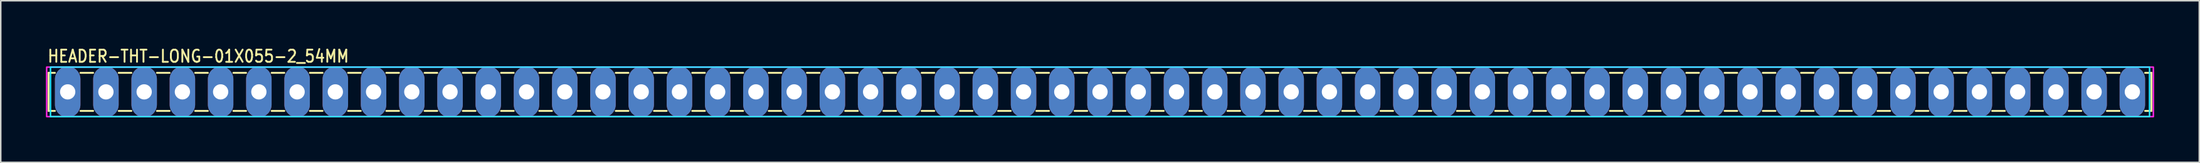
<source format=kicad_pcb>
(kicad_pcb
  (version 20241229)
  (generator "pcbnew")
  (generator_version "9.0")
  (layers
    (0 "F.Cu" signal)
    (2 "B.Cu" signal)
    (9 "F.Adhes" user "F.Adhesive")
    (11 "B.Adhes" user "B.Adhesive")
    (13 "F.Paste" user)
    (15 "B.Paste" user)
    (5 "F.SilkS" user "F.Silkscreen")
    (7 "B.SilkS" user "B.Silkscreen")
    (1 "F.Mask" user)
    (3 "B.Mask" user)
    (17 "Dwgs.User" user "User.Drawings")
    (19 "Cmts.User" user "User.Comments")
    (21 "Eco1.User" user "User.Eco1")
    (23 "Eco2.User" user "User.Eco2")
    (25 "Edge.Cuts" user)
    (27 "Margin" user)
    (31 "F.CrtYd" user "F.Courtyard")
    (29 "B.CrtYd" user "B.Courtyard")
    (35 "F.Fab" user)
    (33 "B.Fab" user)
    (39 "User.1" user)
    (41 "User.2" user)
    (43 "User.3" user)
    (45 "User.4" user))
  (footprint "HEADER-THT-LONG-01X055-2_54MM"
    (layer "F.Cu")
    (at 1.447 3.079)
    (property "Reference" "HEADER-THT-LONG-01X055-2_54MM" (at -1.4 -1.9 0) (unlocked yes) (layer "F.SilkS") (effects (font (size 0.813 0.695) (thickness 0.122)) (justify left bottom)))
    (fp_line (start -1.27 -1.27) (end -1.27 1.27) (stroke (width 0.127) (type solid)) (layer "F.SilkS"))
    (fp_line (start -1.27 1.27) (end -0.85 1.27) (stroke (width 0.127) (type solid)) (layer "F.SilkS"))
    (fp_line (start -0.85 -1.27) (end -1.27 -1.27) (stroke (width 0.127) (type solid)) (layer "F.SilkS"))
    (fp_line (start 0.85 -1.27) (end 1.69 -1.27) (stroke (width 0.127) (type solid)) (layer "F.SilkS"))
    (fp_line (start 0.85 1.27) (end 1.69 1.27) (stroke (width 0.127) (type solid)) (layer "F.SilkS"))
    (fp_line (start 3.39 -1.27) (end 4.23 -1.27) (stroke (width 0.127) (type solid)) (layer "F.SilkS"))
    (fp_line (start 3.39 1.27) (end 4.23 1.27) (stroke (width 0.127) (type solid)) (layer "F.SilkS"))
    (fp_line (start 5.93 -1.27) (end 6.77 -1.27) (stroke (width 0.127) (type solid)) (layer "F.SilkS"))
    (fp_line (start 5.93 1.27) (end 6.77 1.27) (stroke (width 0.127) (type solid)) (layer "F.SilkS"))
    (fp_line (start 8.47 -1.27) (end 9.31 -1.27) (stroke (width 0.127) (type solid)) (layer "F.SilkS"))
    (fp_line (start 8.47 1.27) (end 9.31 1.27) (stroke (width 0.127) (type solid)) (layer "F.SilkS"))
    (fp_line (start 11.01 -1.27) (end 11.85 -1.27) (stroke (width 0.127) (type solid)) (layer "F.SilkS"))
    (fp_line (start 11.01 1.27) (end 11.85 1.27) (stroke (width 0.127) (type solid)) (layer "F.SilkS"))
    (fp_line (start 13.55 -1.27) (end 14.39 -1.27) (stroke (width 0.127) (type solid)) (layer "F.SilkS"))
    (fp_line (start 13.55 1.27) (end 14.39 1.27) (stroke (width 0.127) (type solid)) (layer "F.SilkS"))
    (fp_line (start 16.09 -1.27) (end 16.93 -1.27) (stroke (width 0.127) (type solid)) (layer "F.SilkS"))
    (fp_line (start 16.09 1.27) (end 16.93 1.27) (stroke (width 0.127) (type solid)) (layer "F.SilkS"))
    (fp_line (start 18.63 -1.27) (end 19.47 -1.27) (stroke (width 0.127) (type solid)) (layer "F.SilkS"))
    (fp_line (start 18.63 1.27) (end 19.47 1.27) (stroke (width 0.127) (type solid)) (layer "F.SilkS"))
    (fp_line (start 21.17 -1.27) (end 22.01 -1.27) (stroke (width 0.127) (type solid)) (layer "F.SilkS"))
    (fp_line (start 21.17 1.27) (end 22.01 1.27) (stroke (width 0.127) (type solid)) (layer "F.SilkS"))
    (fp_line (start 23.71 -1.27) (end 24.55 -1.27) (stroke (width 0.127) (type solid)) (layer "F.SilkS"))
    (fp_line (start 23.71 1.27) (end 24.55 1.27) (stroke (width 0.127) (type solid)) (layer "F.SilkS"))
    (fp_line (start 26.25 -1.27) (end 27.09 -1.27) (stroke (width 0.127) (type solid)) (layer "F.SilkS"))
    (fp_line (start 26.25 1.27) (end 27.09 1.27) (stroke (width 0.127) (type solid)) (layer "F.SilkS"))
    (fp_line (start 28.79 -1.27) (end 29.63 -1.27) (stroke (width 0.127) (type solid)) (layer "F.SilkS"))
    (fp_line (start 28.79 1.27) (end 29.63 1.27) (stroke (width 0.127) (type solid)) (layer "F.SilkS"))
    (fp_line (start 31.33 -1.27) (end 32.17 -1.27) (stroke (width 0.127) (type solid)) (layer "F.SilkS"))
    (fp_line (start 31.33 1.27) (end 32.17 1.27) (stroke (width 0.127) (type solid)) (layer "F.SilkS"))
    (fp_line (start 33.87 -1.27) (end 34.71 -1.27) (stroke (width 0.127) (type solid)) (layer "F.SilkS"))
    (fp_line (start 33.87 1.27) (end 34.71 1.27) (stroke (width 0.127) (type solid)) (layer "F.SilkS"))
    (fp_line (start 36.41 -1.27) (end 37.25 -1.27) (stroke (width 0.127) (type solid)) (layer "F.SilkS"))
    (fp_line (start 36.41 1.27) (end 37.25 1.27) (stroke (width 0.127) (type solid)) (layer "F.SilkS"))
    (fp_line (start 38.95 -1.27) (end 39.79 -1.27) (stroke (width 0.127) (type solid)) (layer "F.SilkS"))
    (fp_line (start 38.95 1.27) (end 39.79 1.27) (stroke (width 0.127) (type solid)) (layer "F.SilkS"))
    (fp_line (start 41.49 -1.27) (end 42.33 -1.27) (stroke (width 0.127) (type solid)) (layer "F.SilkS"))
    (fp_line (start 41.49 1.27) (end 42.33 1.27) (stroke (width 0.127) (type solid)) (layer "F.SilkS"))
    (fp_line (start 44.03 -1.27) (end 44.87 -1.27) (stroke (width 0.127) (type solid)) (layer "F.SilkS"))
    (fp_line (start 44.03 1.27) (end 44.87 1.27) (stroke (width 0.127) (type solid)) (layer "F.SilkS"))
    (fp_line (start 46.57 -1.27) (end 47.41 -1.27) (stroke (width 0.127) (type solid)) (layer "F.SilkS"))
    (fp_line (start 46.57 1.27) (end 47.41 1.27) (stroke (width 0.127) (type solid)) (layer "F.SilkS"))
    (fp_line (start 49.11 -1.27) (end 49.95 -1.27) (stroke (width 0.127) (type solid)) (layer "F.SilkS"))
    (fp_line (start 49.11 1.27) (end 49.95 1.27) (stroke (width 0.127) (type solid)) (layer "F.SilkS"))
    (fp_line (start 51.65 -1.27) (end 52.49 -1.27) (stroke (width 0.127) (type solid)) (layer "F.SilkS"))
    (fp_line (start 51.65 1.27) (end 52.49 1.27) (stroke (width 0.127) (type solid)) (layer "F.SilkS"))
    (fp_line (start 54.19 -1.27) (end 55.03 -1.27) (stroke (width 0.127) (type solid)) (layer "F.SilkS"))
    (fp_line (start 54.19 1.27) (end 55.03 1.27) (stroke (width 0.127) (type solid)) (layer "F.SilkS"))
    (fp_line (start 56.73 -1.27) (end 57.57 -1.27) (stroke (width 0.127) (type solid)) (layer "F.SilkS"))
    (fp_line (start 56.73 1.27) (end 57.57 1.27) (stroke (width 0.127) (type solid)) (layer "F.SilkS"))
    (fp_line (start 59.27 -1.27) (end 60.11 -1.27) (stroke (width 0.127) (type solid)) (layer "F.SilkS"))
    (fp_line (start 59.27 1.27) (end 60.11 1.27) (stroke (width 0.127) (type solid)) (layer "F.SilkS"))
    (fp_line (start 61.81 -1.27) (end 62.65 -1.27) (stroke (width 0.127) (type solid)) (layer "F.SilkS"))
    (fp_line (start 61.81 1.27) (end 62.65 1.27) (stroke (width 0.127) (type solid)) (layer "F.SilkS"))
    (fp_line (start 64.35 -1.27) (end 65.19 -1.27) (stroke (width 0.127) (type solid)) (layer "F.SilkS"))
    (fp_line (start 64.35 1.27) (end 65.19 1.27) (stroke (width 0.127) (type solid)) (layer "F.SilkS"))
    (fp_line (start 66.89 -1.27) (end 67.73 -1.27) (stroke (width 0.127) (type solid)) (layer "F.SilkS"))
    (fp_line (start 66.89 1.27) (end 67.73 1.27) (stroke (width 0.127) (type solid)) (layer "F.SilkS"))
    (fp_line (start 69.43 -1.27) (end 70.27 -1.27) (stroke (width 0.127) (type solid)) (layer "F.SilkS"))
    (fp_line (start 69.43 1.27) (end 70.27 1.27) (stroke (width 0.127) (type solid)) (layer "F.SilkS"))
    (fp_line (start 71.97 -1.27) (end 72.81 -1.27) (stroke (width 0.127) (type solid)) (layer "F.SilkS"))
    (fp_line (start 71.97 1.27) (end 72.81 1.27) (stroke (width 0.127) (type solid)) (layer "F.SilkS"))
    (fp_line (start 74.51 -1.27) (end 75.35 -1.27) (stroke (width 0.127) (type solid)) (layer "F.SilkS"))
    (fp_line (start 74.51 1.27) (end 75.35 1.27) (stroke (width 0.127) (type solid)) (layer "F.SilkS"))
    (fp_line (start 77.05 -1.27) (end 77.89 -1.27) (stroke (width 0.127) (type solid)) (layer "F.SilkS"))
    (fp_line (start 77.05 1.27) (end 77.89 1.27) (stroke (width 0.127) (type solid)) (layer "F.SilkS"))
    (fp_line (start 79.59 -1.27) (end 80.43 -1.27) (stroke (width 0.127) (type solid)) (layer "F.SilkS"))
    (fp_line (start 79.59 1.27) (end 80.43 1.27) (stroke (width 0.127) (type solid)) (layer "F.SilkS"))
    (fp_line (start 82.13 -1.27) (end 82.97 -1.27) (stroke (width 0.127) (type solid)) (layer "F.SilkS"))
    (fp_line (start 82.13 1.27) (end 82.97 1.27) (stroke (width 0.127) (type solid)) (layer "F.SilkS"))
    (fp_line (start 84.67 -1.27) (end 85.51 -1.27) (stroke (width 0.127) (type solid)) (layer "F.SilkS"))
    (fp_line (start 84.67 1.27) (end 85.51 1.27) (stroke (width 0.127) (type solid)) (layer "F.SilkS"))
    (fp_line (start 87.21 -1.27) (end 88.05 -1.27) (stroke (width 0.127) (type solid)) (layer "F.SilkS"))
    (fp_line (start 87.21 1.27) (end 88.05 1.27) (stroke (width 0.127) (type solid)) (layer "F.SilkS"))
    (fp_line (start 89.75 -1.27) (end 90.59 -1.27) (stroke (width 0.127) (type solid)) (layer "F.SilkS"))
    (fp_line (start 89.75 1.27) (end 90.59 1.27) (stroke (width 0.127) (type solid)) (layer "F.SilkS"))
    (fp_line (start 92.29 -1.27) (end 93.13 -1.27) (stroke (width 0.127) (type solid)) (layer "F.SilkS"))
    (fp_line (start 92.29 1.27) (end 93.13 1.27) (stroke (width 0.127) (type solid)) (layer "F.SilkS"))
    (fp_line (start 94.83 -1.27) (end 95.67 -1.27) (stroke (width 0.127) (type solid)) (layer "F.SilkS"))
    (fp_line (start 94.83 1.27) (end 95.67 1.27) (stroke (width 0.127) (type solid)) (layer "F.SilkS"))
    (fp_line (start 97.37 -1.27) (end 98.21 -1.27) (stroke (width 0.127) (type solid)) (layer "F.SilkS"))
    (fp_line (start 97.37 1.27) (end 98.21 1.27) (stroke (width 0.127) (type solid)) (layer "F.SilkS"))
    (fp_line (start 99.91 -1.27) (end 100.75 -1.27) (stroke (width 0.127) (type solid)) (layer "F.SilkS"))
    (fp_line (start 99.91 1.27) (end 100.75 1.27) (stroke (width 0.127) (type solid)) (layer "F.SilkS"))
    (fp_line (start 102.45 -1.27) (end 103.29 -1.27) (stroke (width 0.127) (type solid)) (layer "F.SilkS"))
    (fp_line (start 102.45 1.27) (end 103.29 1.27) (stroke (width 0.127) (type solid)) (layer "F.SilkS"))
    (fp_line (start 104.99 -1.27) (end 105.83 -1.27) (stroke (width 0.127) (type solid)) (layer "F.SilkS"))
    (fp_line (start 104.99 1.27) (end 105.83 1.27) (stroke (width 0.127) (type solid)) (layer "F.SilkS"))
    (fp_line (start 107.53 -1.27) (end 108.37 -1.27) (stroke (width 0.127) (type solid)) (layer "F.SilkS"))
    (fp_line (start 107.53 1.27) (end 108.37 1.27) (stroke (width 0.127) (type solid)) (layer "F.SilkS"))
    (fp_line (start 110.07 -1.27) (end 110.91 -1.27) (stroke (width 0.127) (type solid)) (layer "F.SilkS"))
    (fp_line (start 110.07 1.27) (end 110.91 1.27) (stroke (width 0.127) (type solid)) (layer "F.SilkS"))
    (fp_line (start 112.61 -1.27) (end 113.45 -1.27) (stroke (width 0.127) (type solid)) (layer "F.SilkS"))
    (fp_line (start 112.61 1.27) (end 113.45 1.27) (stroke (width 0.127) (type solid)) (layer "F.SilkS"))
    (fp_line (start 115.15 -1.27) (end 115.99 -1.27) (stroke (width 0.127) (type solid)) (layer "F.SilkS"))
    (fp_line (start 115.15 1.27) (end 115.99 1.27) (stroke (width 0.127) (type solid)) (layer "F.SilkS"))
    (fp_line (start 117.69 -1.27) (end 118.53 -1.27) (stroke (width 0.127) (type solid)) (layer "F.SilkS"))
    (fp_line (start 117.69 1.27) (end 118.53 1.27) (stroke (width 0.127) (type solid)) (layer "F.SilkS"))
    (fp_line (start 120.23 -1.27) (end 121.07 -1.27) (stroke (width 0.127) (type solid)) (layer "F.SilkS"))
    (fp_line (start 120.23 1.27) (end 121.07 1.27) (stroke (width 0.127) (type solid)) (layer "F.SilkS"))
    (fp_line (start 122.77 -1.27) (end 123.61 -1.27) (stroke (width 0.127) (type solid)) (layer "F.SilkS"))
    (fp_line (start 122.77 1.27) (end 123.61 1.27) (stroke (width 0.127) (type solid)) (layer "F.SilkS"))
    (fp_line (start 125.31 -1.27) (end 126.15 -1.27) (stroke (width 0.127) (type solid)) (layer "F.SilkS"))
    (fp_line (start 125.31 1.27) (end 126.15 1.27) (stroke (width 0.127) (type solid)) (layer "F.SilkS"))
    (fp_line (start 127.85 -1.27) (end 128.69 -1.27) (stroke (width 0.127) (type solid)) (layer "F.SilkS"))
    (fp_line (start 127.85 1.27) (end 128.69 1.27) (stroke (width 0.127) (type solid)) (layer "F.SilkS"))
    (fp_line (start 130.39 -1.27) (end 131.23 -1.27) (stroke (width 0.127) (type solid)) (layer "F.SilkS"))
    (fp_line (start 130.39 1.27) (end 131.23 1.27) (stroke (width 0.127) (type solid)) (layer "F.SilkS"))
    (fp_line (start 132.93 -1.27) (end 133.77 -1.27) (stroke (width 0.127) (type solid)) (layer "F.SilkS"))
    (fp_line (start 132.93 1.27) (end 133.77 1.27) (stroke (width 0.127) (type solid)) (layer "F.SilkS"))
    (fp_line (start 135.47 -1.27) (end 136.31 -1.27) (stroke (width 0.127) (type solid)) (layer "F.SilkS"))
    (fp_line (start 135.47 1.27) (end 136.31 1.27) (stroke (width 0.127) (type solid)) (layer "F.SilkS"))
    (fp_line (start 138.01 -1.27) (end 138.43 -1.27) (stroke (width 0.127) (type solid)) (layer "F.SilkS"))
    (fp_line (start 138.43 -1.27) (end 138.43 1.27) (stroke (width 0.127) (type solid)) (layer "F.SilkS"))
    (fp_line (start 138.43 1.27) (end 138.01 1.27) (stroke (width 0.127) (type solid)) (layer "F.SilkS"))
    (fp_poly (pts (xy -1.143 -1.651) (xy 138.303 -1.651) (xy 138.303 1.651) (xy -1.143 1.651)) (stroke (width 0.1) (type solid)) (fill no) (layer "B.CrtYd"))
    (fp_poly (pts (xy -1.397 -1.651) (xy 138.557 -1.651) (xy 138.557 1.651) (xy -1.397 1.651)) (stroke (width 0.1) (type solid)) (fill no) (layer "F.CrtYd"))
    (pad "P$1" thru_hole oval (at 0 0 90) (size 3.387 1.693) (drill 1.016) (layers "*.Cu" "*.Mask"))
    (pad "P$2" thru_hole oval (at 2.54 0 90) (size 3.387 1.693) (drill 1.016) (layers "*.Cu" "*.Mask"))
    (pad "P$3" thru_hole oval (at 5.08 0 90) (size 3.387 1.693) (drill 1.016) (layers "*.Cu" "*.Mask"))
    (pad "P$4" thru_hole oval (at 7.62 0 90) (size 3.387 1.693) (drill 1.016) (layers "*.Cu" "*.Mask"))
    (pad "P$5" thru_hole oval (at 10.16 0 90) (size 3.387 1.693) (drill 1.016) (layers "*.Cu" "*.Mask"))
    (pad "P$6" thru_hole oval (at 12.7 0 90) (size 3.387 1.693) (drill 1.016) (layers "*.Cu" "*.Mask"))
    (pad "P$7" thru_hole oval (at 15.24 0 90) (size 3.387 1.693) (drill 1.016) (layers "*.Cu" "*.Mask"))
    (pad "P$8" thru_hole oval (at 17.78 0 90) (size 3.387 1.693) (drill 1.016) (layers "*.Cu" "*.Mask"))
    (pad "P$9" thru_hole oval (at 20.32 0 90) (size 3.387 1.693) (drill 1.016) (layers "*.Cu" "*.Mask"))
    (pad "P$10" thru_hole oval (at 22.86 0 90) (size 3.387 1.693) (drill 1.016) (layers "*.Cu" "*.Mask"))
    (pad "P$11" thru_hole oval (at 25.4 0 90) (size 3.387 1.693) (drill 1.016) (layers "*.Cu" "*.Mask"))
    (pad "P$12" thru_hole oval (at 27.94 0 90) (size 3.387 1.693) (drill 1.016) (layers "*.Cu" "*.Mask"))
    (pad "P$13" thru_hole oval (at 30.48 0 90) (size 3.387 1.693) (drill 1.016) (layers "*.Cu" "*.Mask"))
    (pad "P$14" thru_hole oval (at 33.02 0 90) (size 3.387 1.693) (drill 1.016) (layers "*.Cu" "*.Mask"))
    (pad "P$15" thru_hole oval (at 35.56 0 90) (size 3.387 1.693) (drill 1.016) (layers "*.Cu" "*.Mask"))
    (pad "P$16" thru_hole oval (at 38.1 0 90) (size 3.387 1.693) (drill 1.016) (layers "*.Cu" "*.Mask"))
    (pad "P$17" thru_hole oval (at 40.64 0 90) (size 3.387 1.693) (drill 1.016) (layers "*.Cu" "*.Mask"))
    (pad "P$18" thru_hole oval (at 43.18 0 90) (size 3.387 1.693) (drill 1.016) (layers "*.Cu" "*.Mask"))
    (pad "P$19" thru_hole oval (at 45.72 0 90) (size 3.387 1.693) (drill 1.016) (layers "*.Cu" "*.Mask"))
    (pad "P$20" thru_hole oval (at 48.26 0 90) (size 3.387 1.693) (drill 1.016) (layers "*.Cu" "*.Mask"))
    (pad "P$21" thru_hole oval (at 50.8 0 90) (size 3.387 1.693) (drill 1.016) (layers "*.Cu" "*.Mask"))
    (pad "P$22" thru_hole oval (at 53.34 0 90) (size 3.387 1.693) (drill 1.016) (layers "*.Cu" "*.Mask"))
    (pad "P$23" thru_hole oval (at 55.88 0 90) (size 3.387 1.693) (drill 1.016) (layers "*.Cu" "*.Mask"))
    (pad "P$24" thru_hole oval (at 58.42 0 90) (size 3.387 1.693) (drill 1.016) (layers "*.Cu" "*.Mask"))
    (pad "P$25" thru_hole oval (at 60.96 0 90) (size 3.387 1.693) (drill 1.016) (layers "*.Cu" "*.Mask"))
    (pad "P$26" thru_hole oval (at 63.5 0 90) (size 3.387 1.693) (drill 1.016) (layers "*.Cu" "*.Mask"))
    (pad "P$27" thru_hole oval (at 66.04 0 90) (size 3.387 1.693) (drill 1.016) (layers "*.Cu" "*.Mask"))
    (pad "P$28" thru_hole oval (at 68.58 0 90) (size 3.387 1.693) (drill 1.016) (layers "*.Cu" "*.Mask"))
    (pad "P$29" thru_hole oval (at 71.12 0 90) (size 3.387 1.693) (drill 1.016) (layers "*.Cu" "*.Mask"))
    (pad "P$30" thru_hole oval (at 73.66 0 90) (size 3.387 1.693) (drill 1.016) (layers "*.Cu" "*.Mask"))
    (pad "P$31" thru_hole oval (at 76.2 0 90) (size 3.387 1.693) (drill 1.016) (layers "*.Cu" "*.Mask"))
    (pad "P$32" thru_hole oval (at 78.74 0 90) (size 3.387 1.693) (drill 1.016) (layers "*.Cu" "*.Mask"))
    (pad "P$33" thru_hole oval (at 81.28 0 90) (size 3.387 1.693) (drill 1.016) (layers "*.Cu" "*.Mask"))
    (pad "P$34" thru_hole oval (at 83.82 0 90) (size 3.387 1.693) (drill 1.016) (layers "*.Cu" "*.Mask"))
    (pad "P$35" thru_hole oval (at 86.36 0 90) (size 3.387 1.693) (drill 1.016) (layers "*.Cu" "*.Mask"))
    (pad "P$36" thru_hole oval (at 88.9 0 90) (size 3.387 1.693) (drill 1.016) (layers "*.Cu" "*.Mask"))
    (pad "P$37" thru_hole oval (at 91.44 0 90) (size 3.387 1.693) (drill 1.016) (layers "*.Cu" "*.Mask"))
    (pad "P$38" thru_hole oval (at 93.98 0 90) (size 3.387 1.693) (drill 1.016) (layers "*.Cu" "*.Mask"))
    (pad "P$39" thru_hole oval (at 96.52 0 90) (size 3.387 1.693) (drill 1.016) (layers "*.Cu" "*.Mask"))
    (pad "P$40" thru_hole oval (at 99.06 0 90) (size 3.387 1.693) (drill 1.016) (layers "*.Cu" "*.Mask"))
    (pad "P$41" thru_hole oval (at 101.6 0 90) (size 3.387 1.693) (drill 1.016) (layers "*.Cu" "*.Mask"))
    (pad "P$42" thru_hole oval (at 104.14 0 90) (size 3.387 1.693) (drill 1.016) (layers "*.Cu" "*.Mask"))
    (pad "P$43" thru_hole oval (at 106.68 0 90) (size 3.387 1.693) (drill 1.016) (layers "*.Cu" "*.Mask"))
    (pad "P$44" thru_hole oval (at 109.22 0 90) (size 3.387 1.693) (drill 1.016) (layers "*.Cu" "*.Mask"))
    (pad "P$45" thru_hole oval (at 111.76 0 90) (size 3.387 1.693) (drill 1.016) (layers "*.Cu" "*.Mask"))
    (pad "P$46" thru_hole oval (at 114.3 0 90) (size 3.387 1.693) (drill 1.016) (layers "*.Cu" "*.Mask"))
    (pad "P$47" thru_hole oval (at 116.84 0 90) (size 3.387 1.693) (drill 1.016) (layers "*.Cu" "*.Mask"))
    (pad "P$48" thru_hole oval (at 119.38 0 90) (size 3.387 1.693) (drill 1.016) (layers "*.Cu" "*.Mask"))
    (pad "P$49" thru_hole oval (at 121.92 0 90) (size 3.387 1.693) (drill 1.016) (layers "*.Cu" "*.Mask"))
    (pad "P$50" thru_hole oval (at 124.46 0 90) (size 3.387 1.693) (drill 1.016) (layers "*.Cu" "*.Mask"))
    (pad "P$51" thru_hole oval (at 127 0 90) (size 3.387 1.693) (drill 1.016) (layers "*.Cu" "*.Mask"))
    (pad "P$52" thru_hole oval (at 129.54 0 90) (size 3.387 1.693) (drill 1.016) (layers "*.Cu" "*.Mask"))
    (pad "P$53" thru_hole oval (at 132.08 0 90) (size 3.387 1.693) (drill 1.016) (layers "*.Cu" "*.Mask"))
    (pad "P$54" thru_hole oval (at 134.62 0 90) (size 3.387 1.693) (drill 1.016) (layers "*.Cu" "*.Mask"))
    (pad "P$55" thru_hole oval (at 137.16 0 90) (size 3.387 1.693) (drill 1.016) (layers "*.Cu" "*.Mask")))
  (gr_rect
    (start -3 -3)
    (end 143.054 7.78)
    (stroke (width 0.1) (type default))
    (fill no)
    (layer "Edge.Cuts")))
</source>
